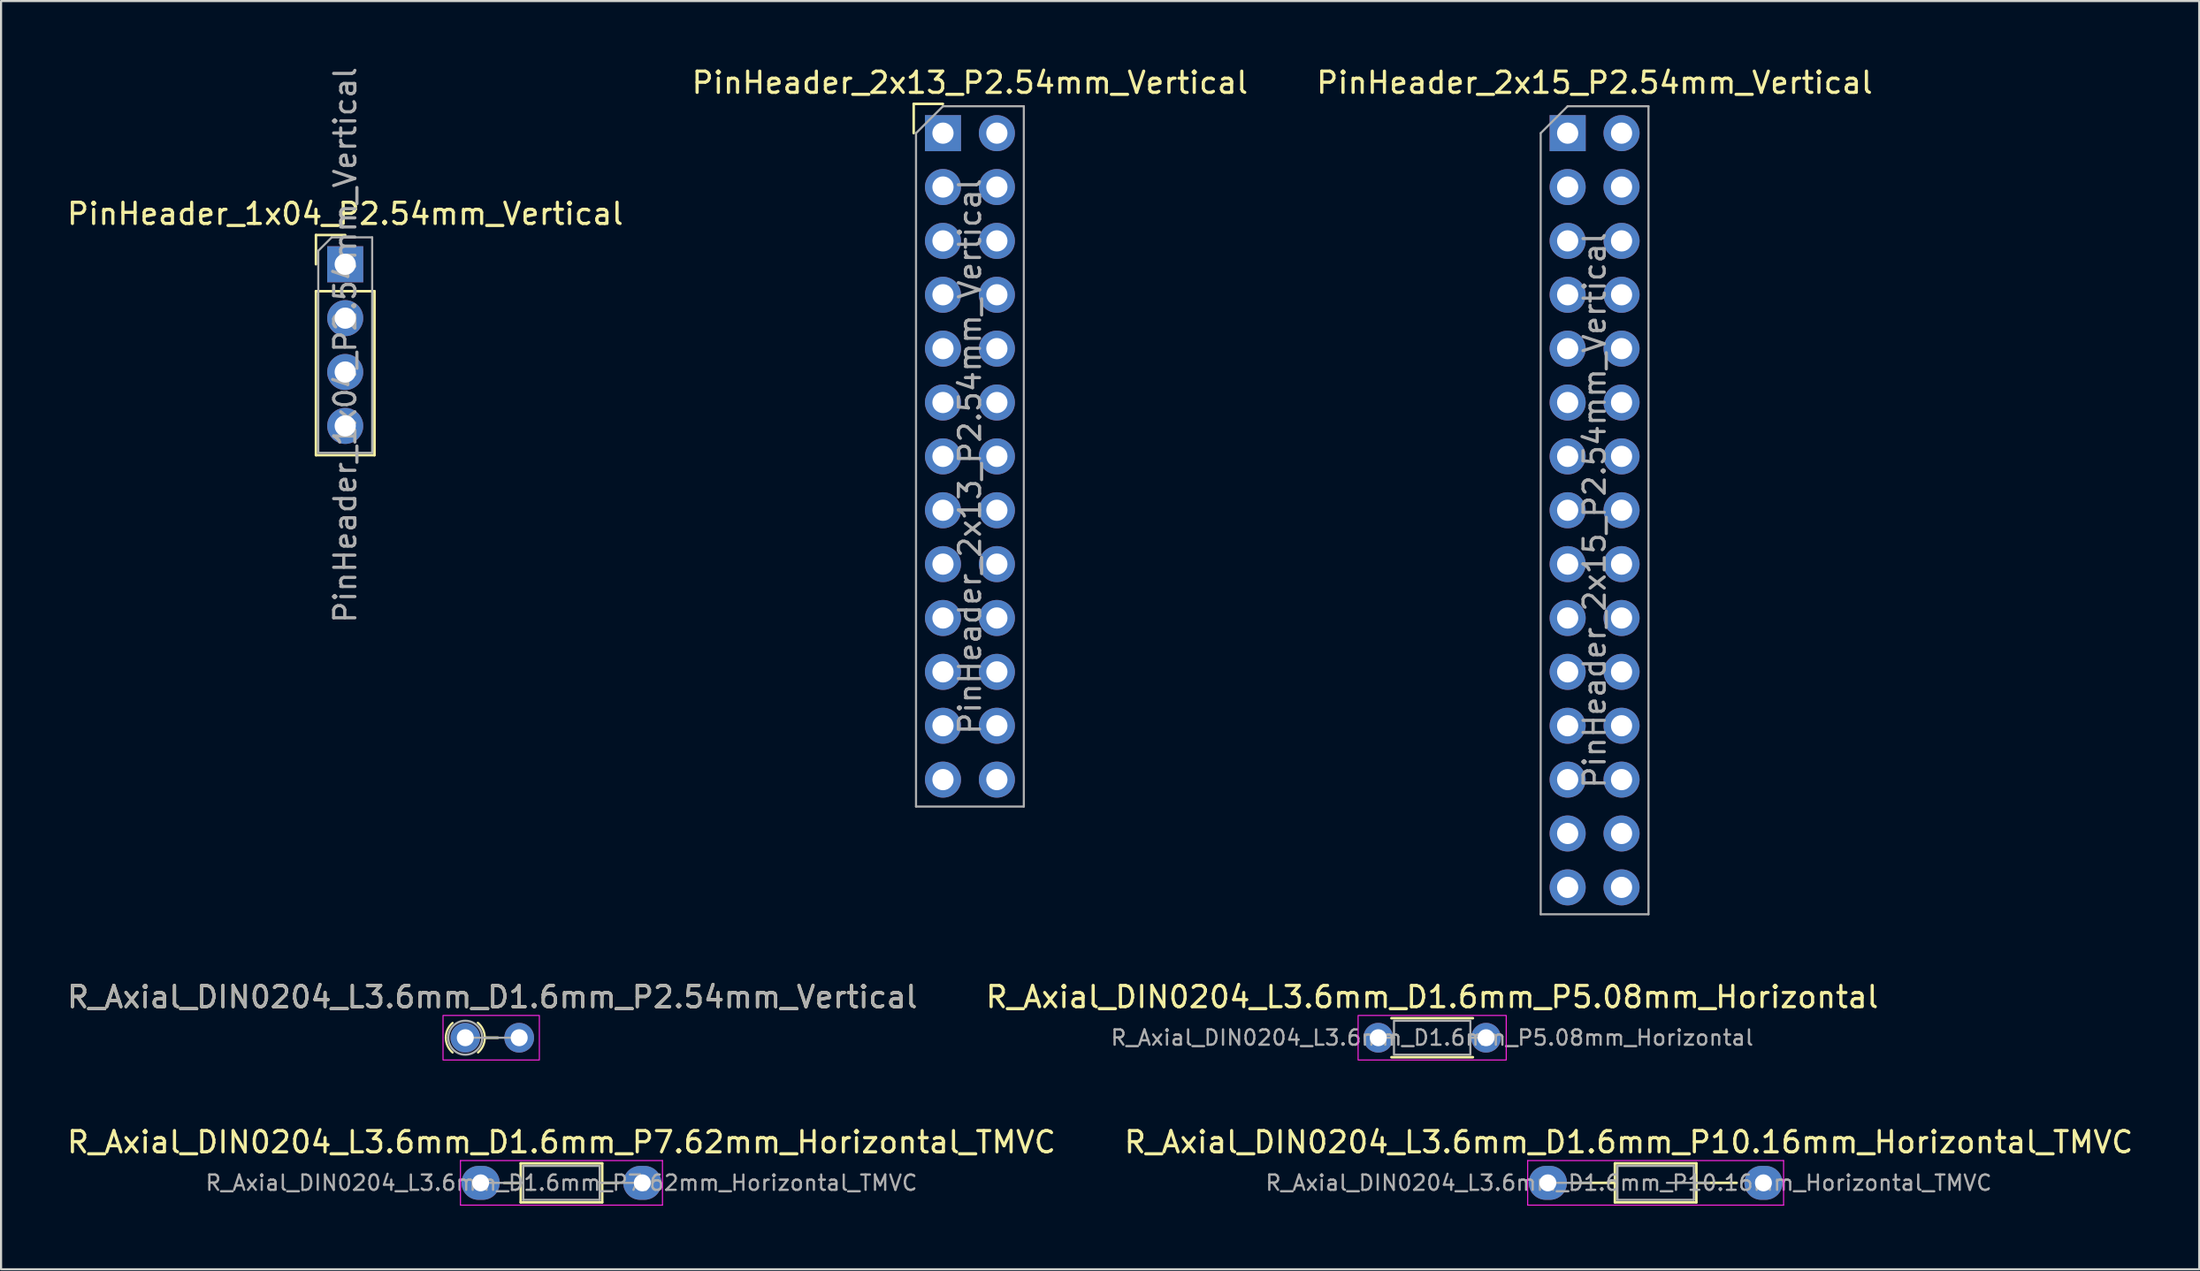
<source format=kicad_pcb>
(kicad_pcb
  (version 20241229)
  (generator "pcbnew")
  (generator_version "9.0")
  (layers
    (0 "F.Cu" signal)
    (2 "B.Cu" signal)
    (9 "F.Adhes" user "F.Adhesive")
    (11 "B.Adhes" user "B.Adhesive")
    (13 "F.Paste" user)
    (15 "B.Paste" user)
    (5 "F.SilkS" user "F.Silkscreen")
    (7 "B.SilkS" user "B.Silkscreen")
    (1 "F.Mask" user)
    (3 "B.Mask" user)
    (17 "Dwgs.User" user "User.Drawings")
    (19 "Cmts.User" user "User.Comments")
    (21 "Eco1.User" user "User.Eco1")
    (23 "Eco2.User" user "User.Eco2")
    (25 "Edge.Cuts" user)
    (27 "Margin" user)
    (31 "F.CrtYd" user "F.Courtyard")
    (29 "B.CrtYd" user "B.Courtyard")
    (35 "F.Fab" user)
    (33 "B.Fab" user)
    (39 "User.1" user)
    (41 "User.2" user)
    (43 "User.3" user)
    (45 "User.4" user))
  (footprint "R_Axial_DIN0204_L3.6mm_D1.6mm_P2.54mm_Vertical"
    (layer "F.Cu")
    (at 18.879 45.877)
    (property "Reference" "R_Axial_DIN0204_L3.6mm_D1.6mm_P2.54mm_Vertical" (at 1.27 -1.92 0) (layer "F.SilkS") (effects (font (size 1 1) (thickness 0.15))))
    (attr through_hole)
    (fp_line (start 0.92 0) (end 1.54 0) (stroke (width 0.12) (type solid)) (layer "F.SilkS"))
    (fp_arc (start -0.92 0) (mid -0.835832 -0.384428) (end -0.598728 -0.698516) (stroke (width 0.1) (type default)) (layer "F.SilkS"))
    (fp_arc (start -0.598728 0.698516) (mid -0.835832 0.384428) (end -0.92 0) (stroke (width 0.1) (type default)) (layer "F.SilkS"))
    (fp_arc (start 0.58897 -0.706764) (mid 0.833143 -0.390223) (end 0.92 0) (stroke (width 0.1) (type default)) (layer "F.SilkS"))
    (fp_arc (start 0.92 0) (mid 0.835832 0.384428) (end 0.598728 0.698516) (stroke (width 0.1) (type default)) (layer "F.SilkS"))
    (fp_rect (start -1.05 -1.05) (end 3.49 1.05) (stroke (width 0.05) (type solid)) (fill no) (layer "F.CrtYd"))
    (fp_line (start 0 0) (end 2.54 0) (stroke (width 0.1) (type solid)) (layer "F.Fab"))
    (fp_circle (center 0 0) (end 0.8 0) (stroke (width 0.1) (type solid)) (fill no) (layer "F.Fab"))
    (fp_text user "${REFERENCE}" (at 1.27 -1.92 0) (layer "F.Fab") (effects (font (size 1 1) (thickness 0.15))))
    (pad "1" thru_hole circle (at 0 0) (size 1.4 1.4) (drill 0.8) (layers "*.Cu" "*.Mask"))
    (pad "2" thru_hole circle (at 2.54 0) (size 1.4 1.4) (drill 0.8) (layers "*.Cu" "*.Mask")))
  (footprint "PinHeader_1x04_P2.54mm_Vertical"
    (layer "F.Cu")
    (at 13.22 9.41)
    (property "Reference" "PinHeader_1x04_P2.54mm_Vertical" (at 0 -2.38 0) (layer "F.SilkS") (effects (font (size 1 1) (thickness 0.15))))
    (attr through_hole)
    (fp_line (start -1.38 -1.38) (end 0 -1.38) (stroke (width 0.12) (type solid)) (layer "F.SilkS"))
    (fp_line (start -1.38 0) (end -1.38 -1.38) (stroke (width 0.12) (type solid)) (layer "F.SilkS"))
    (fp_line (start -1.38 1.27) (end -1.38 9) (stroke (width 0.12) (type solid)) (layer "F.SilkS"))
    (fp_line (start -1.38 1.27) (end 1.38 1.27) (stroke (width 0.12) (type solid)) (layer "F.SilkS"))
    (fp_line (start -1.38 9) (end 1.38 9) (stroke (width 0.12) (type solid)) (layer "F.SilkS"))
    (fp_line (start 1.38 1.27) (end 1.38 9) (stroke (width 0.12) (type solid)) (layer "F.SilkS"))
    (fp_line (start -1.27 -0.635) (end -0.635 -1.27) (stroke (width 0.1) (type solid)) (layer "F.Fab"))
    (fp_line (start -1.27 8.89) (end -1.27 -0.635) (stroke (width 0.1) (type solid)) (layer "F.Fab"))
    (fp_line (start -0.635 -1.27) (end 1.27 -1.27) (stroke (width 0.1) (type solid)) (layer "F.Fab"))
    (fp_line (start 1.27 -1.27) (end 1.27 8.89) (stroke (width 0.1) (type solid)) (layer "F.Fab"))
    (fp_line (start 1.27 8.89) (end -1.27 8.89) (stroke (width 0.1) (type solid)) (layer "F.Fab"))
    (fp_text user "${REFERENCE}" (at 0 3.81 90) (layer "F.Fab") (effects (font (size 1 1) (thickness 0.15))))
    (pad "1" thru_hole rect (at 0 0) (size 1.7 1.7) (drill 1) (layers "*.Cu" "*.Mask"))
    (pad "2" thru_hole circle (at 0 2.54) (size 1.7 1.7) (drill 1) (layers "*.Cu" "*.Mask"))
    (pad "3" thru_hole circle (at 0 5.08) (size 1.7 1.7) (drill 1) (layers "*.Cu" "*.Mask"))
    (pad "4" thru_hole circle (at 0 7.62) (size 1.7 1.7) (drill 1) (layers "*.Cu" "*.Mask")))
  (footprint "PinHeader_2x13_P2.54mm_Vertical"
    (layer "F.Cu")
    (at 41.391 3.228)
    (property "Reference" "PinHeader_2x13_P2.54mm_Vertical" (at 1.27 -2.38 0) (layer "F.SilkS") (effects (font (size 1 1) (thickness 0.15))))
    (attr through_hole)
    (fp_line (start -1.38 -1.38) (end 0 -1.38) (stroke (width 0.12) (type solid)) (layer "F.SilkS"))
    (fp_line (start -1.38 0) (end -1.38 -1.38) (stroke (width 0.12) (type solid)) (layer "F.SilkS"))
    (fp_line (start -1.27 0) (end 0 -1.27) (stroke (width 0.1) (type solid)) (layer "F.Fab"))
    (fp_line (start -1.27 31.75) (end -1.27 0) (stroke (width 0.1) (type solid)) (layer "F.Fab"))
    (fp_line (start 0 -1.27) (end 3.81 -1.27) (stroke (width 0.1) (type solid)) (layer "F.Fab"))
    (fp_line (start 3.81 -1.27) (end 3.81 31.75) (stroke (width 0.1) (type solid)) (layer "F.Fab"))
    (fp_line (start 3.81 31.75) (end -1.27 31.75) (stroke (width 0.1) (type solid)) (layer "F.Fab"))
    (fp_text user "${REFERENCE}" (at 1.27 15.24 90) (layer "F.Fab") (effects (font (size 1 1) (thickness 0.15))))
    (pad "1" thru_hole rect (at 0 0) (size 1.7 1.7) (drill 1) (layers "*.Cu" "*.Mask"))
    (pad "2" thru_hole circle (at 2.54 0) (size 1.7 1.7) (drill 1) (layers "*.Cu" "*.Mask"))
    (pad "3" thru_hole circle (at 0 2.54) (size 1.7 1.7) (drill 1) (layers "*.Cu" "*.Mask"))
    (pad "4" thru_hole circle (at 2.54 2.54) (size 1.7 1.7) (drill 1) (layers "*.Cu" "*.Mask"))
    (pad "5" thru_hole circle (at 0 5.08) (size 1.7 1.7) (drill 1) (layers "*.Cu" "*.Mask"))
    (pad "6" thru_hole circle (at 2.54 5.08) (size 1.7 1.7) (drill 1) (layers "*.Cu" "*.Mask"))
    (pad "7" thru_hole circle (at 0 7.62) (size 1.7 1.7) (drill 1) (layers "*.Cu" "*.Mask"))
    (pad "8" thru_hole circle (at 2.54 7.62) (size 1.7 1.7) (drill 1) (layers "*.Cu" "*.Mask"))
    (pad "9" thru_hole circle (at 0 10.16) (size 1.7 1.7) (drill 1) (layers "*.Cu" "*.Mask"))
    (pad "10" thru_hole circle (at 2.54 10.16) (size 1.7 1.7) (drill 1) (layers "*.Cu" "*.Mask"))
    (pad "11" thru_hole circle (at 0 12.7) (size 1.7 1.7) (drill 1) (layers "*.Cu" "*.Mask"))
    (pad "12" thru_hole circle (at 2.54 12.7) (size 1.7 1.7) (drill 1) (layers "*.Cu" "*.Mask"))
    (pad "13" thru_hole circle (at 0 15.24) (size 1.7 1.7) (drill 1) (layers "*.Cu" "*.Mask"))
    (pad "14" thru_hole circle (at 2.54 15.24) (size 1.7 1.7) (drill 1) (layers "*.Cu" "*.Mask"))
    (pad "15" thru_hole circle (at 0 17.78) (size 1.7 1.7) (drill 1) (layers "*.Cu" "*.Mask"))
    (pad "16" thru_hole circle (at 2.54 17.78) (size 1.7 1.7) (drill 1) (layers "*.Cu" "*.Mask"))
    (pad "17" thru_hole circle (at 0 20.32) (size 1.7 1.7) (drill 1) (layers "*.Cu" "*.Mask"))
    (pad "18" thru_hole circle (at 2.54 20.32) (size 1.7 1.7) (drill 1) (layers "*.Cu" "*.Mask"))
    (pad "19" thru_hole circle (at 0 22.86) (size 1.7 1.7) (drill 1) (layers "*.Cu" "*.Mask"))
    (pad "20" thru_hole circle (at 2.54 22.86) (size 1.7 1.7) (drill 1) (layers "*.Cu" "*.Mask"))
    (pad "21" thru_hole circle (at 0 25.4) (size 1.7 1.7) (drill 1) (layers "*.Cu" "*.Mask"))
    (pad "22" thru_hole circle (at 2.54 25.4) (size 1.7 1.7) (drill 1) (layers "*.Cu" "*.Mask"))
    (pad "23" thru_hole circle (at 0 27.94) (size 1.7 1.7) (drill 1) (layers "*.Cu" "*.Mask"))
    (pad "24" thru_hole circle (at 2.54 27.94) (size 1.7 1.7) (drill 1) (layers "*.Cu" "*.Mask"))
    (pad "25" thru_hole circle (at 0 30.48) (size 1.7 1.7) (drill 1) (layers "*.Cu" "*.Mask"))
    (pad "26" thru_hole circle (at 2.54 30.48) (size 1.7 1.7) (drill 1) (layers "*.Cu" "*.Mask")))
  (footprint "PinHeader_2x15_P2.54mm_Vertical"
    (layer "F.Cu")
    (at 70.831 3.228)
    (property "Reference" "PinHeader_2x15_P2.54mm_Vertical" (at 1.27 -2.38 0) (layer "F.SilkS") (effects (font (size 1 1) (thickness 0.15))))
    (attr through_hole)
    (fp_line (start -1.27 0) (end 0 -1.27) (stroke (width 0.1) (type solid)) (layer "F.Fab"))
    (fp_line (start -1.27 36.83) (end -1.27 0) (stroke (width 0.1) (type solid)) (layer "F.Fab"))
    (fp_line (start 0 -1.27) (end 3.81 -1.27) (stroke (width 0.1) (type solid)) (layer "F.Fab"))
    (fp_line (start 3.81 -1.27) (end 3.81 36.83) (stroke (width 0.1) (type solid)) (layer "F.Fab"))
    (fp_line (start 3.81 36.83) (end -1.27 36.83) (stroke (width 0.1) (type solid)) (layer "F.Fab"))
    (fp_text user "${REFERENCE}" (at 1.27 17.78 90) (layer "F.Fab") (effects (font (size 1 1) (thickness 0.15))))
    (pad "1" thru_hole rect (at 0 0) (size 1.7 1.7) (drill 1) (layers "*.Cu" "*.Mask"))
    (pad "2" thru_hole circle (at 2.54 0) (size 1.7 1.7) (drill 1) (layers "*.Cu" "*.Mask"))
    (pad "3" thru_hole circle (at 0 2.54) (size 1.7 1.7) (drill 1) (layers "*.Cu" "*.Mask"))
    (pad "4" thru_hole circle (at 2.54 2.54) (size 1.7 1.7) (drill 1) (layers "*.Cu" "*.Mask"))
    (pad "5" thru_hole circle (at 0 5.08) (size 1.7 1.7) (drill 1) (layers "*.Cu" "*.Mask"))
    (pad "6" thru_hole circle (at 2.54 5.08) (size 1.7 1.7) (drill 1) (layers "*.Cu" "*.Mask"))
    (pad "7" thru_hole circle (at 0 7.62) (size 1.7 1.7) (drill 1) (layers "*.Cu" "*.Mask"))
    (pad "8" thru_hole circle (at 2.54 7.62) (size 1.7 1.7) (drill 1) (layers "*.Cu" "*.Mask"))
    (pad "9" thru_hole circle (at 0 10.16) (size 1.7 1.7) (drill 1) (layers "*.Cu" "*.Mask"))
    (pad "10" thru_hole circle (at 2.54 10.16) (size 1.7 1.7) (drill 1) (layers "*.Cu" "*.Mask"))
    (pad "11" thru_hole circle (at 0 12.7) (size 1.7 1.7) (drill 1) (layers "*.Cu" "*.Mask"))
    (pad "12" thru_hole circle (at 2.54 12.7) (size 1.7 1.7) (drill 1) (layers "*.Cu" "*.Mask"))
    (pad "13" thru_hole circle (at 0 15.24) (size 1.7 1.7) (drill 1) (layers "*.Cu" "*.Mask"))
    (pad "14" thru_hole circle (at 2.54 15.24) (size 1.7 1.7) (drill 1) (layers "*.Cu" "*.Mask"))
    (pad "15" thru_hole circle (at 0 17.78) (size 1.7 1.7) (drill 1) (layers "*.Cu" "*.Mask"))
    (pad "16" thru_hole circle (at 2.54 17.78) (size 1.7 1.7) (drill 1) (layers "*.Cu" "*.Mask"))
    (pad "17" thru_hole circle (at 0 20.32) (size 1.7 1.7) (drill 1) (layers "*.Cu" "*.Mask"))
    (pad "18" thru_hole circle (at 2.54 20.32) (size 1.7 1.7) (drill 1) (layers "*.Cu" "*.Mask"))
    (pad "19" thru_hole circle (at 0 22.86) (size 1.7 1.7) (drill 1) (layers "*.Cu" "*.Mask"))
    (pad "20" thru_hole circle (at 2.54 22.86) (size 1.7 1.7) (drill 1) (layers "*.Cu" "*.Mask"))
    (pad "21" thru_hole circle (at 0 25.4) (size 1.7 1.7) (drill 1) (layers "*.Cu" "*.Mask"))
    (pad "22" thru_hole circle (at 2.54 25.4) (size 1.7 1.7) (drill 1) (layers "*.Cu" "*.Mask"))
    (pad "23" thru_hole circle (at 0 27.94) (size 1.7 1.7) (drill 1) (layers "*.Cu" "*.Mask"))
    (pad "24" thru_hole circle (at 2.54 27.94) (size 1.7 1.7) (drill 1) (layers "*.Cu" "*.Mask"))
    (pad "25" thru_hole circle (at 0 30.48) (size 1.7 1.7) (drill 1) (layers "*.Cu" "*.Mask"))
    (pad "26" thru_hole circle (at 2.54 30.48) (size 1.7 1.7) (drill 1) (layers "*.Cu" "*.Mask"))
    (pad "27" thru_hole circle (at 0 33.02) (size 1.7 1.7) (drill 1) (layers "*.Cu" "*.Mask"))
    (pad "28" thru_hole circle (at 2.54 33.02) (size 1.7 1.7) (drill 1) (layers "*.Cu" "*.Mask"))
    (pad "29" thru_hole circle (at 0 35.56) (size 1.7 1.7) (drill 1) (layers "*.Cu" "*.Mask"))
    (pad "30" thru_hole circle (at 2.54 35.56) (size 1.7 1.7) (drill 1) (layers "*.Cu" "*.Mask")))
  (footprint "R_Axial_DIN0204_L3.6mm_D1.6mm_P10.16mm_Horizontal_TMVC"
    (layer "F.Cu")
    (at 69.898 52.72)
    (property "Reference" "R_Axial_DIN0204_L3.6mm_D1.6mm_P10.16mm_Horizontal_TMVC" (at 3.81 -1.92 0) (layer "F.SilkS") (effects (font (size 1 1) (thickness 0.15))))
    (attr through_hole)
    (fp_line (start 1.2 0) (end 3.16 0) (stroke (width 0.12) (type solid)) (layer "F.SilkS"))
    (fp_line (start 3.16 -0.92) (end 3.16 0.92) (stroke (width 0.12) (type solid)) (layer "F.SilkS"))
    (fp_line (start 3.16 0.92) (end 7 0.92) (stroke (width 0.12) (type solid)) (layer "F.SilkS"))
    (fp_line (start 7 -0.92) (end 3.16 -0.92) (stroke (width 0.12) (type solid)) (layer "F.SilkS"))
    (fp_line (start 7 0.92) (end 7 -0.92) (stroke (width 0.12) (type solid)) (layer "F.SilkS"))
    (fp_line (start 8.9 0) (end 7 0) (stroke (width 0.12) (type solid)) (layer "F.SilkS"))
    (fp_line (start -0.95 -1.05) (end -0.95 1.05) (stroke (width 0.05) (type solid)) (layer "F.CrtYd"))
    (fp_line (start -0.95 1.05) (end 11.11 1.05) (stroke (width 0.05) (type solid)) (layer "F.CrtYd"))
    (fp_line (start 11.11 -1.05) (end -0.95 -1.05) (stroke (width 0.05) (type solid)) (layer "F.CrtYd"))
    (fp_line (start 11.11 1.05) (end 11.11 -1.05) (stroke (width 0.05) (type solid)) (layer "F.CrtYd"))
    (fp_line (start 0 0) (end 2.01 0) (stroke (width 0.1) (type solid)) (layer "F.Fab"))
    (fp_line (start 3.28 -0.8) (end 3.28 0.8) (stroke (width 0.1) (type solid)) (layer "F.Fab"))
    (fp_line (start 3.28 0.8) (end 6.88 0.8) (stroke (width 0.1) (type solid)) (layer "F.Fab"))
    (fp_line (start 6.88 -0.8) (end 3.28 -0.8) (stroke (width 0.1) (type solid)) (layer "F.Fab"))
    (fp_line (start 6.88 0.8) (end 6.88 -0.8) (stroke (width 0.1) (type solid)) (layer "F.Fab"))
    (fp_line (start 7.62 0) (end 5.61 0) (stroke (width 0.1) (type solid)) (layer "F.Fab"))
    (fp_text user "${REFERENCE}" (at 3.81 0 0) (layer "F.Fab") (effects (font (size 0.72 0.72) (thickness 0.108))))
    (pad "1" thru_hole oval (at 0 0) (size 1.8 1.6) (drill 0.8) (layers "*.Cu" "*.Mask"))
    (pad "2" thru_hole oval (at 10.16 0) (size 1.8 1.6) (drill 0.8) (layers "*.Cu" "*.Mask")))
  (footprint "R_Axial_DIN0204_L3.6mm_D1.6mm_P5.08mm_Horizontal"
    (layer "F.Cu")
    (at 61.906 45.877)
    (property "Reference" "R_Axial_DIN0204_L3.6mm_D1.6mm_P5.08mm_Horizontal" (at 2.54 -1.92 0) (layer "F.SilkS") (effects (font (size 1 1) (thickness 0.15))))
    (attr through_hole)
    (fp_line (start 0.62 -0.92) (end 4.46 -0.92) (stroke (width 0.12) (type solid)) (layer "F.SilkS"))
    (fp_line (start 0.62 0.92) (end 4.46 0.92) (stroke (width 0.12) (type solid)) (layer "F.SilkS"))
    (fp_rect (start -0.95 -1.05) (end 6.03 1.05) (stroke (width 0.05) (type solid)) (fill no) (layer "F.CrtYd"))
    (fp_line (start 0 0) (end 0.74 0) (stroke (width 0.1) (type solid)) (layer "F.Fab"))
    (fp_line (start 5.08 0) (end 4.34 0) (stroke (width 0.1) (type solid)) (layer "F.Fab"))
    (fp_rect (start 0.74 -0.8) (end 4.34 0.8) (stroke (width 0.1) (type solid)) (fill no) (layer "F.Fab"))
    (fp_text user "${REFERENCE}" (at 2.54 0 0) (layer "F.Fab") (effects (font (size 0.72 0.72) (thickness 0.108))))
    (pad "1" thru_hole circle (at 0 0) (size 1.4 1.4) (drill 0.8) (layers "*.Cu" "*.Mask"))
    (pad "2" thru_hole circle (at 5.08 0) (size 1.4 1.4) (drill 0.8) (layers "*.Cu" "*.Mask")))
  (footprint "R_Axial_DIN0204_L3.6mm_D1.6mm_P7.62mm_Horizontal_TMVC"
    (layer "F.Cu")
    (at 19.601 52.72)
    (property "Reference" "R_Axial_DIN0204_L3.6mm_D1.6mm_P7.62mm_Horizontal_TMVC" (at 3.81 -1.92 0) (layer "F.SilkS") (effects (font (size 1 1) (thickness 0.15))))
    (attr through_hole)
    (fp_line (start 1.1 0) (end 1.89 0) (stroke (width 0.12) (type solid)) (layer "F.SilkS"))
    (fp_line (start 1.89 -0.92) (end 1.89 0.92) (stroke (width 0.12) (type solid)) (layer "F.SilkS"))
    (fp_line (start 1.89 0.92) (end 5.73 0.92) (stroke (width 0.12) (type solid)) (layer "F.SilkS"))
    (fp_line (start 5.73 -0.92) (end 1.89 -0.92) (stroke (width 0.12) (type solid)) (layer "F.SilkS"))
    (fp_line (start 5.73 0.92) (end 5.73 -0.92) (stroke (width 0.12) (type solid)) (layer "F.SilkS"))
    (fp_line (start 6.5 0) (end 5.73 0) (stroke (width 0.12) (type solid)) (layer "F.SilkS"))
    (fp_line (start -0.95 -1.05) (end -0.95 1.05) (stroke (width 0.05) (type solid)) (layer "F.CrtYd"))
    (fp_line (start -0.95 1.05) (end 8.57 1.05) (stroke (width 0.05) (type solid)) (layer "F.CrtYd"))
    (fp_line (start 8.57 -1.05) (end -0.95 -1.05) (stroke (width 0.05) (type solid)) (layer "F.CrtYd"))
    (fp_line (start 8.57 1.05) (end 8.57 -1.05) (stroke (width 0.05) (type solid)) (layer "F.CrtYd"))
    (fp_line (start 0 0) (end 2.01 0) (stroke (width 0.1) (type solid)) (layer "F.Fab"))
    (fp_line (start 2.01 -0.8) (end 2.01 0.8) (stroke (width 0.1) (type solid)) (layer "F.Fab"))
    (fp_line (start 2.01 0.8) (end 5.61 0.8) (stroke (width 0.1) (type solid)) (layer "F.Fab"))
    (fp_line (start 5.61 -0.8) (end 2.01 -0.8) (stroke (width 0.1) (type solid)) (layer "F.Fab"))
    (fp_line (start 5.61 0.8) (end 5.61 -0.8) (stroke (width 0.1) (type solid)) (layer "F.Fab"))
    (fp_line (start 7.62 0) (end 5.61 0) (stroke (width 0.1) (type solid)) (layer "F.Fab"))
    (fp_text user "${REFERENCE}" (at 3.81 0 0) (layer "F.Fab") (effects (font (size 0.72 0.72) (thickness 0.108))))
    (pad "1" thru_hole oval (at 0 0) (size 1.8 1.6) (drill 0.8) (layers "*.Cu" "*.Mask"))
    (pad "2" thru_hole oval (at 7.62 0) (size 1.8 1.6) (drill 0.8) (layers "*.Cu" "*.Mask")))
  (gr_rect
    (start -3 -3)
    (end 100.595 56.795)
    (stroke (width 0.1) (type default))
    (fill no)
    (layer "Edge.Cuts")))
</source>
